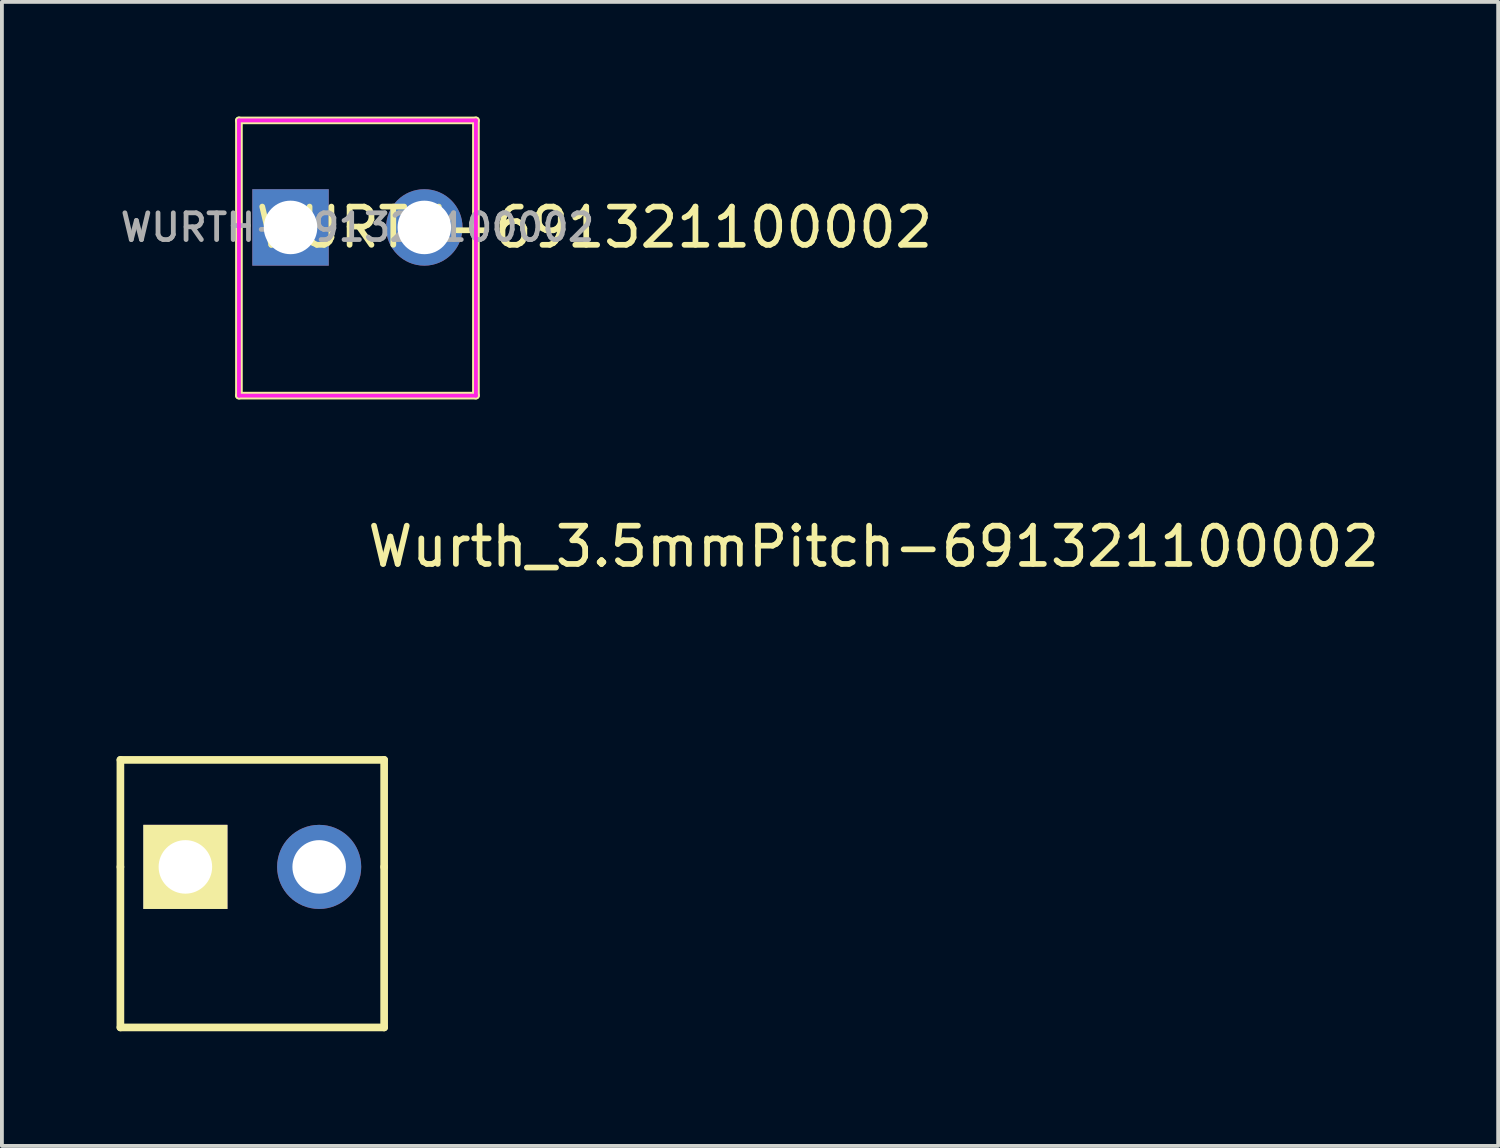
<source format=kicad_pcb>
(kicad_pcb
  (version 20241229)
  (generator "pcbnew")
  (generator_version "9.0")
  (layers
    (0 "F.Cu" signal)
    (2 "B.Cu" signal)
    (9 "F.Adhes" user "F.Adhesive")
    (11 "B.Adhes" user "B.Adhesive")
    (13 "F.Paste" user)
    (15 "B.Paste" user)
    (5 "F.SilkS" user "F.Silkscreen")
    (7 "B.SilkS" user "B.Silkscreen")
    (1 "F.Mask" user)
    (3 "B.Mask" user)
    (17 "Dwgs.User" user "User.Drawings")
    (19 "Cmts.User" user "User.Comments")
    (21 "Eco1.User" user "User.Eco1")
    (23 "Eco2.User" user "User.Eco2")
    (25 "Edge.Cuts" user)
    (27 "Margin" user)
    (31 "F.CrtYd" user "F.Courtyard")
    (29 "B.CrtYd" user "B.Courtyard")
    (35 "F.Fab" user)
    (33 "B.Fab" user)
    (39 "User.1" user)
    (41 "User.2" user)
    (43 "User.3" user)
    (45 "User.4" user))
  (footprint "Wurth_3.5mmPitch-691321100002"
    (layer "F.Cu")
    (at 3.55 19.63)
    (property "Reference" "Wurth_3.5mmPitch-691321100002" (at 16.256 -8.382 0) (layer "F.SilkS") (effects (font (size 1 1) (thickness 0.15))))
    (attr through_hole)
    (fp_line (start -3.45 -2.8) (end -3.45 0) (stroke (width 0.2) (type solid)) (layer "F.SilkS"))
    (fp_line (start -3.45 -2.8) (end 3.45 -2.8) (stroke (width 0.2) (type solid)) (layer "F.SilkS"))
    (fp_line (start -3.45 0) (end -3.45 4.2) (stroke (width 0.2) (type solid)) (layer "F.SilkS"))
    (fp_line (start -3.45 4.2) (end 3.45 4.2) (stroke (width 0.2) (type solid)) (layer "F.SilkS"))
    (fp_line (start 3.45 -2.8) (end 3.45 0) (stroke (width 0.2) (type solid)) (layer "F.SilkS"))
    (fp_line (start 3.45 4.2) (end 3.45 0) (stroke (width 0.2) (type solid)) (layer "F.SilkS"))
    (pad "1" thru_hole rect (at -1.75 0) (size 2.2 2.2) (drill 1.4) (layers "*.Cu" "*.Mask" "F.SilkS"))
    (pad "2" thru_hole circle (at 1.75 0) (size 2.2 2.2) (drill 1.4) (layers "*.Cu" "*.Mask")))
  (footprint "WURTH-691321100002"
    (layer "F.Cu")
    (at 6.301 2.9)
    (property "Reference" "WURTH-691321100002" (at 6.2 0 0) (layer "F.SilkS") (effects (font (size 1 1) (thickness 0.15))))
    (attr through_hole)
    (fp_line (start -3.1 -2.8) (end -3.1 4.4) (stroke (width 0.2) (type solid)) (layer "F.SilkS"))
    (fp_line (start -3.1 4.4) (end 3.1 4.4) (stroke (width 0.2) (type solid)) (layer "F.SilkS"))
    (fp_line (start 3.1 -2.8) (end -3.1 -2.8) (stroke (width 0.2) (type solid)) (layer "F.SilkS"))
    (fp_line (start 3.1 4.4) (end 3.1 -2.8) (stroke (width 0.2) (type solid)) (layer "F.SilkS"))
    (fp_line (start -3.1 -2.8) (end -3.1 4.4) (stroke (width 0.1) (type solid)) (layer "F.CrtYd"))
    (fp_line (start -3.1 4.4) (end 3.1 4.4) (stroke (width 0.1) (type solid)) (layer "F.CrtYd"))
    (fp_line (start 3.1 -2.8) (end -3.1 -2.8) (stroke (width 0.1) (type solid)) (layer "F.CrtYd"))
    (fp_line (start 3.1 4.4) (end 3.1 -2.8) (stroke (width 0.1) (type solid)) (layer "F.CrtYd"))
    (fp_text user "${REFERENCE}" (at 0 0 0) (layer "F.Fab") (effects (font (size 0.7 0.7) (thickness 0.125))))
    (pad "1" thru_hole rect (at -1.75 0) (size 2 2) (drill 1.4) (layers "*.Cu" "*.Mask"))
    (pad "2" thru_hole circle (at 1.75 0) (size 2 2) (drill 1.4) (layers "*.Cu" "*.Mask")))
  (gr_rect
    (start -3 -3)
    (end 36.145 26.93)
    (stroke (width 0.1) (type default))
    (fill no)
    (layer "Edge.Cuts")))
</source>
